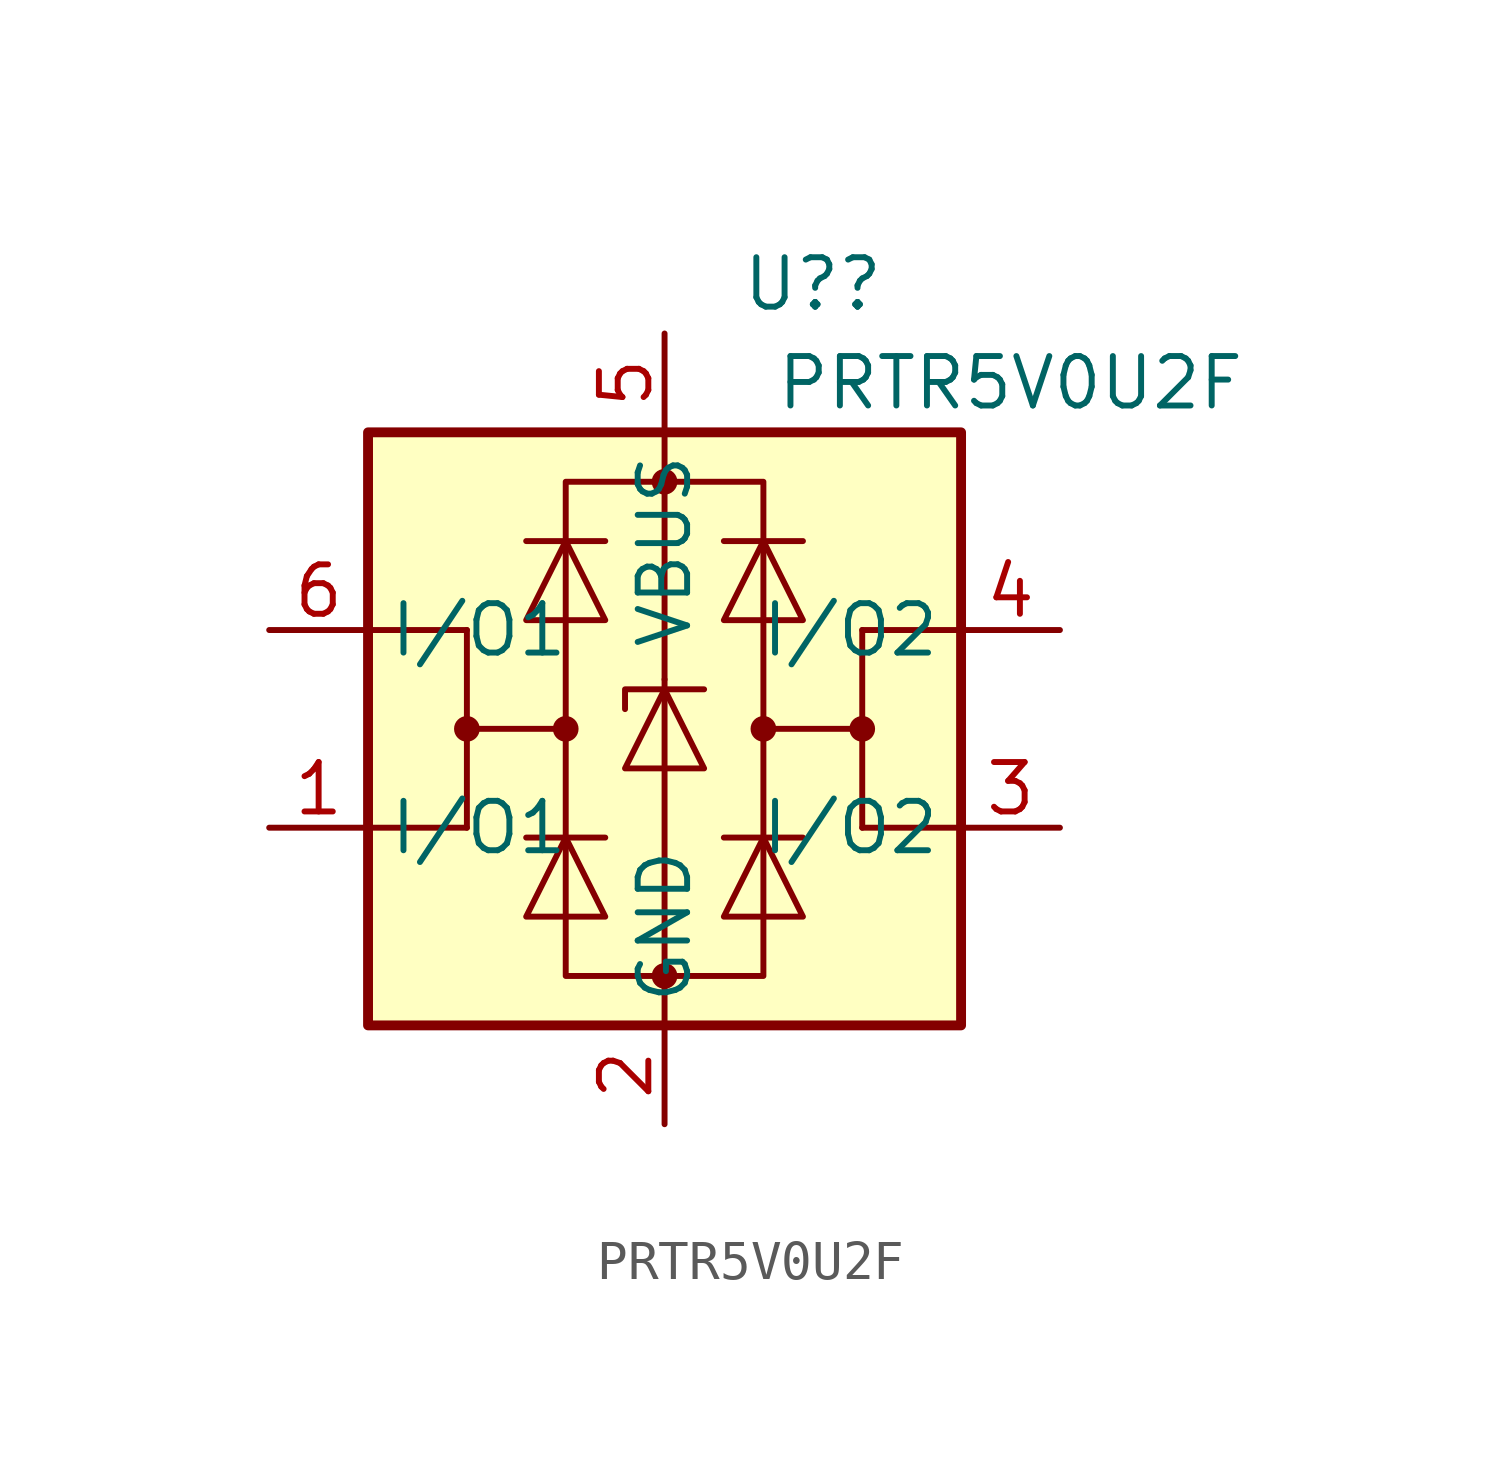
<source format=kicad_sym>
(kicad_symbol_lib
  (version 20220914)
  (generator kicad_symbol_editor)
  (symbol "PRTR5V0U2F"
    (property "Reference" "U?"
      (at 3.81 11.43 0)
      (effects (font (size 1.27 1.27))))
    (property "Value" "PRTR5V0U2F"
      (at 8.89 8.89 0)
      (effects (font (size 1.27 1.27))))
    (symbol "PRTR5V0U2F_0_1"
      (rectangle (start -7.62 7.62) (end 7.62 -7.62) (stroke (width 0.254) (type default)) (fill (type background)))
      (circle (center -5.08 0) (radius 0.254) (stroke (width 0) (type default)) (fill (type outline)))
      (circle (center -2.54 0) (radius 0.254) (stroke (width 0) (type default)) (fill (type outline)))
      (rectangle (start -2.54 6.35) (end 2.54 -6.35) (stroke (width 0) (type default)) (fill (type none)))
      (circle (center 0 -6.35) (radius 0.254) (stroke (width 0) (type default)) (fill (type outline)))
      (polyline (pts (xy -5.08 -2.54) (xy -7.62 -2.54)) (stroke (width 0) (type default)) (fill (type none)))
      (polyline (pts (xy -5.08 0) (xy -5.08 -2.54)) (stroke (width 0) (type default)) (fill (type none)))
      (polyline (pts (xy -5.08 2.54) (xy -7.62 2.54)) (stroke (width 0) (type default)) (fill (type none)))
      (polyline (pts (xy -1.524 -2.794) (xy -3.556 -2.794)) (stroke (width 0) (type default)) (fill (type none)))
      (polyline (pts (xy -1.524 4.826) (xy -3.556 4.826)) (stroke (width 0) (type default)) (fill (type none)))
      (polyline (pts (xy 0 -7.62) (xy 0 -6.35)) (stroke (width 0) (type default)) (fill (type none)))
      (polyline (pts (xy 0 -6.35) (xy 0 1.27)) (stroke (width 0) (type default)) (fill (type none)))
      (polyline (pts (xy 0 1.27) (xy 0 6.35)) (stroke (width 0) (type default)) (fill (type none)))
      (polyline (pts (xy 0 6.35) (xy 0 7.62)) (stroke (width 0) (type default)) (fill (type none)))
      (polyline (pts (xy 1.524 -2.794) (xy 3.556 -2.794)) (stroke (width 0) (type default)) (fill (type none)))
      (polyline (pts (xy 1.524 4.826) (xy 3.556 4.826)) (stroke (width 0) (type default)) (fill (type none)))
      (polyline (pts (xy 5.08 -2.54) (xy 7.62 -2.54)) (stroke (width 0) (type default)) (fill (type none)))
      (polyline (pts (xy 5.08 0) (xy 5.08 -2.54)) (stroke (width 0) (type default)) (fill (type none)))
      (polyline (pts (xy 5.08 2.54) (xy 7.62 2.54)) (stroke (width 0) (type default)) (fill (type none)))
      (polyline (pts (xy -2.54 0) (xy -5.08 0) (xy -5.08 2.54)) (stroke (width 0) (type default)) (fill (type none)))
      (polyline (pts (xy 2.54 0) (xy 5.08 0) (xy 5.08 2.54)) (stroke (width 0) (type default)) (fill (type none)))
      (polyline (pts (xy -3.556 -4.826) (xy -1.524 -4.826) (xy -2.54 -2.794) (xy -3.556 -4.826)) (stroke (width 0) (type default)) (fill (type none)))
      (polyline (pts (xy -3.556 2.794) (xy -1.524 2.794) (xy -2.54 4.826) (xy -3.556 2.794)) (stroke (width 0) (type default)) (fill (type none)))
      (polyline (pts (xy -1.016 -1.016) (xy 1.016 -1.016) (xy 0 1.016) (xy -1.016 -1.016)) (stroke (width 0) (type default)) (fill (type none)))
      (polyline (pts (xy 1.016 1.016) (xy 0.762 1.016) (xy -1.016 1.016) (xy -1.016 0.508)) (stroke (width 0) (type default)) (fill (type none)))
      (polyline (pts (xy 3.556 -4.826) (xy 1.524 -4.826) (xy 2.54 -2.794) (xy 3.556 -4.826)) (stroke (width 0) (type default)) (fill (type none)))
      (polyline (pts (xy 3.556 2.794) (xy 1.524 2.794) (xy 2.54 4.826) (xy 3.556 2.794)) (stroke (width 0) (type default)) (fill (type none)))
      (circle (center 0 6.35) (radius 0.254) (stroke (width 0) (type default)) (fill (type outline)))
      (circle (center 2.54 0) (radius 0.254) (stroke (width 0) (type default)) (fill (type outline)))
      (circle (center 5.08 0) (radius 0.254) (stroke (width 0) (type default)) (fill (type outline))))
    (symbol "PRTR5V0U2F_1_1"
      (pin passive line (at -10.16 -2.54 0) (length 2.54) (name "I/O1" (effects (font (size 1.27 1.27)))) (number "1" (effects (font (size 1.27 1.27)))))
      (pin passive line (at 0 -10.16 90) (length 2.54) (name "GND" (effects (font (size 1.27 1.27)))) (number "2" (effects (font (size 1.27 1.27)))))
      (pin passive line (at 10.16 -2.54 180) (length 2.54) (name "I/O2" (effects (font (size 1.27 1.27)))) (number "3" (effects (font (size 1.27 1.27)))))
      (pin passive line (at 10.16 2.54 180) (length 2.54) (name "I/O2" (effects (font (size 1.27 1.27)))) (number "4" (effects (font (size 1.27 1.27)))))
      (pin passive line (at 0 10.16 270) (length 2.54) (name "VBUS" (effects (font (size 1.27 1.27)))) (number "5" (effects (font (size 1.27 1.27)))))
      (pin passive line (at -10.16 2.54 0) (length 2.54) (name "I/O1" (effects (font (size 1.27 1.27)))) (number "6" (effects (font (size 1.27 1.27))))))))
</source>
